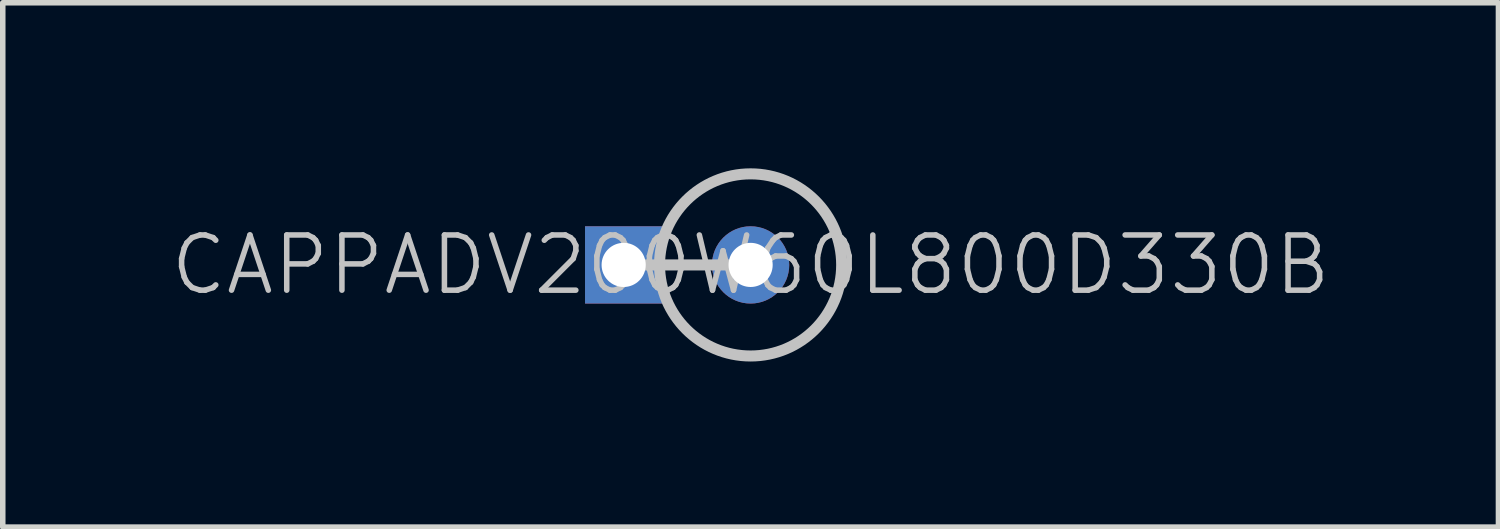
<source format=kicad_pcb>
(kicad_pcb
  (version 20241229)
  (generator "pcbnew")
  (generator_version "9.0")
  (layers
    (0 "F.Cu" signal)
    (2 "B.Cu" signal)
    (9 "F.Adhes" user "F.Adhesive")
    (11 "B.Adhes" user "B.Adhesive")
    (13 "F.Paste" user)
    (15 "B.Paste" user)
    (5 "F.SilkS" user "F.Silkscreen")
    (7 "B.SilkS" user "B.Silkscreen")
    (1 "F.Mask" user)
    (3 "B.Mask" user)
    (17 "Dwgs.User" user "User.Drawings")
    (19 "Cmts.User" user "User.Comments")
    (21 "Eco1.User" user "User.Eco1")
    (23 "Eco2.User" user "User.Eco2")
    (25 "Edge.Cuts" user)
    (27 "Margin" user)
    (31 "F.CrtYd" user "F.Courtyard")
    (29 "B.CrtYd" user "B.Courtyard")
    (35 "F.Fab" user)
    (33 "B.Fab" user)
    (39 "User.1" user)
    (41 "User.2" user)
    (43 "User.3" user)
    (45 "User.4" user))
  (footprint "CAPPADV200W60L800D330B"
    (layer "F.Cu")
    (at 10.55 1.75)
    (property "Reference" "CAPPADV200W60L800D330B" (at 0 0 0) (layer "Dwgs.User") (effects (font (size 1 1) (thickness 0.1))))
    (attr through_hole)
    (fp_line (start 0 0) (end -2.3 0) (stroke (width 0.2) (type solid)) (layer "Dwgs.User"))
    (fp_circle (center 0 0) (end 1.65 0) (stroke (width 0.2) (type solid)) (fill no) (layer "Dwgs.User"))
    (pad "1" thru_hole rect (at -2.3 0) (size 1.4 1.4) (drill 0.8) (layers "*.Cu" "*.Mask"))
    (pad "2" thru_hole circle (at 0 0) (size 1.4 1.4) (drill 0.8) (layers "*.Cu" "*.Mask")))
  (gr_rect
    (start -3 -3)
    (end 24.1 6.5)
    (stroke (width 0.1) (type default))
    (fill no)
    (layer "Edge.Cuts")))
</source>
